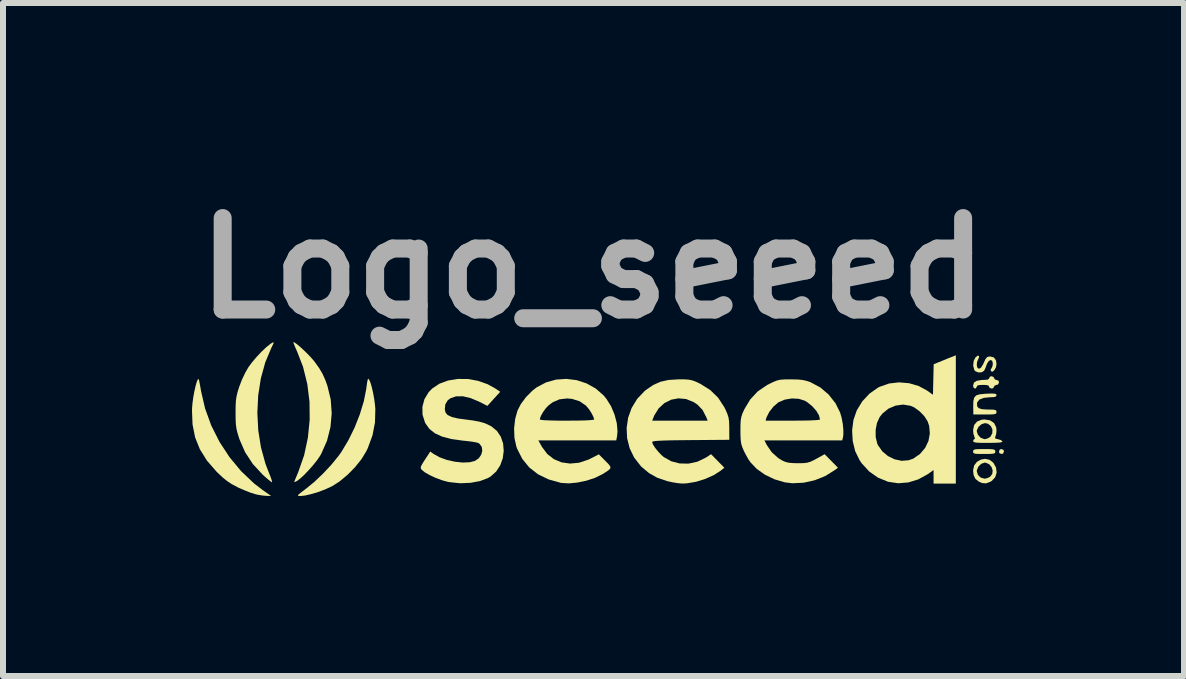
<source format=kicad_pcb>
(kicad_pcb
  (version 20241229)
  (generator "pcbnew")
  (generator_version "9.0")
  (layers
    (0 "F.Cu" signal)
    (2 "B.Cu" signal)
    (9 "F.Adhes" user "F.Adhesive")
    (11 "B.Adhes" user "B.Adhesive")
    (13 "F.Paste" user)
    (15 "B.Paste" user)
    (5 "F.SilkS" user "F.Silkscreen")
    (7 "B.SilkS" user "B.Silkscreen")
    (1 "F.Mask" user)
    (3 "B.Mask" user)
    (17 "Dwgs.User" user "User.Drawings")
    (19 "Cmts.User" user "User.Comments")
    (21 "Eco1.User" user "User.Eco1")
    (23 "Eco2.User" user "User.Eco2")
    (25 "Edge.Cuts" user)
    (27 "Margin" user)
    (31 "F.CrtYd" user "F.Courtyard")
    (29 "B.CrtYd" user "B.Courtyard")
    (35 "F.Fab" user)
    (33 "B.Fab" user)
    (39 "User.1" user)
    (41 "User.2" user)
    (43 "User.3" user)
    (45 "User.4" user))
  (footprint "Logo_seeed"
    (layer "F.Cu")
    (at 6.829 3.918)
    (property "Reference" "Logo_seeed" (at 0 -2.5 0) (layer "F.Fab") (effects (font (size 1.524 1.524) (thickness 0.3))))
    (attr board_only exclude_from_pos_files exclude_from_bom)
    (fp_poly (pts (xy 6.842 0.529) (xy 6.849 0.555) (xy 6.834 0.59) (xy 6.808 0.596) (xy 6.773 0.582) (xy 6.766 0.555) (xy 6.781 0.521) (xy 6.808 0.514)) (stroke (width 0) (type solid)) (fill yes) (layer "F.SilkS"))
    (fp_poly (pts (xy 6.608 0.515) (xy 6.662 0.518) (xy 6.691 0.526) (xy 6.703 0.539) (xy 6.705 0.555) (xy 6.702 0.575) (xy 6.687 0.587) (xy 6.653 0.593) (xy 6.593 0.596) (xy 6.52 0.596) (xy 6.432 0.596) (xy 6.377 0.593) (xy 6.348 0.585) (xy 6.336 0.572) (xy 6.335 0.555) (xy 6.338 0.536) (xy 6.352 0.524) (xy 6.386 0.517) (xy 6.447 0.515) (xy 6.52 0.514)) (stroke (width 0) (type solid)) (fill yes) (layer "F.SilkS"))
    (fp_poly (pts (xy 6.677 -0.686) (xy 6.684 -0.668) (xy 6.701 -0.643) (xy 6.725 -0.638) (xy 6.76 -0.623) (xy 6.766 -0.596) (xy 6.752 -0.562) (xy 6.725 -0.555) (xy 6.692 -0.542) (xy 6.684 -0.524) (xy 6.667 -0.499) (xy 6.643 -0.494) (xy 6.61 -0.506) (xy 6.602 -0.524) (xy 6.591 -0.544) (xy 6.553 -0.553) (xy 6.499 -0.555) (xy 6.434 -0.552) (xy 6.403 -0.541) (xy 6.396 -0.524) (xy 6.38 -0.497) (xy 6.365 -0.494) (xy 6.341 -0.511) (xy 6.335 -0.544) (xy 6.35 -0.594) (xy 6.398 -0.624) (xy 6.482 -0.637) (xy 6.508 -0.638) (xy 6.57 -0.641) (xy 6.598 -0.655) (xy 6.602 -0.668) (xy 6.619 -0.694) (xy 6.643 -0.699)) (stroke (width 0) (type solid)) (fill yes) (layer "F.SilkS"))
    (fp_poly (pts (xy 6.61 0.694) (xy 6.672 0.742) (xy 6.717 0.822) (xy 6.727 0.905) (xy 6.704 0.982) (xy 6.648 1.043) (xy 6.623 1.059) (xy 6.549 1.086) (xy 6.483 1.08) (xy 6.433 1.058) (xy 6.374 1.012) (xy 6.343 0.947) (xy 6.336 0.884) (xy 6.396 0.884) (xy 6.415 0.945) (xy 6.462 0.99) (xy 6.528 1.008) (xy 6.53 1.008) (xy 6.579 0.996) (xy 6.618 0.976) (xy 6.654 0.929) (xy 6.661 0.871) (xy 6.642 0.813) (xy 6.602 0.766) (xy 6.546 0.742) (xy 6.53 0.74) (xy 6.472 0.759) (xy 6.424 0.805) (xy 6.398 0.865) (xy 6.396 0.884) (xy 6.336 0.884) (xy 6.335 0.867) (xy 6.352 0.788) (xy 6.398 0.728) (xy 6.463 0.69) (xy 6.536 0.677)) (stroke (width 0) (type solid)) (fill yes) (layer "F.SilkS"))
    (fp_poly (pts (xy 6.693 -0.409) (xy 6.718 -0.401) (xy 6.725 -0.386) (xy 6.725 -0.383) (xy 6.717 -0.363) (xy 6.684 -0.352) (xy 6.62 -0.349) (xy 6.617 -0.349) (xy 6.513 -0.339) (xy 6.441 -0.311) (xy 6.404 -0.266) (xy 6.4 -0.25) (xy 6.402 -0.2) (xy 6.428 -0.167) (xy 6.483 -0.15) (xy 6.573 -0.144) (xy 6.584 -0.144) (xy 6.659 -0.143) (xy 6.701 -0.138) (xy 6.721 -0.126) (xy 6.725 -0.105) (xy 6.725 -0.103) (xy 6.722 -0.084) (xy 6.708 -0.072) (xy 6.676 -0.065) (xy 6.616 -0.062) (xy 6.532 -0.062) (xy 6.339 -0.062) (xy 6.337 -0.192) (xy 6.339 -0.283) (xy 6.353 -0.343) (xy 6.386 -0.379) (xy 6.445 -0.398) (xy 6.537 -0.407) (xy 6.559 -0.408) (xy 6.642 -0.411)) (stroke (width 0) (type solid)) (fill yes) (layer "F.SilkS"))
    (fp_poly (pts (xy -6.569 -0.653) (xy -6.562 -0.63) (xy -6.551 -0.575) (xy -6.537 -0.499) (xy -6.529 -0.451) (xy -6.462 -0.162) (xy -6.359 0.122) (xy -6.222 0.394) (xy -6.055 0.649) (xy -5.862 0.882) (xy -5.646 1.087) (xy -5.504 1.196) (xy -5.361 1.296) (xy -5.442 1.294) (xy -5.509 1.288) (xy -5.592 1.274) (xy -5.635 1.263) (xy -5.707 1.24) (xy -5.798 1.204) (xy -5.894 1.163) (xy -5.923 1.149) (xy -6.015 1.1) (xy -6.094 1.048) (xy -6.173 0.984) (xy -6.264 0.898) (xy -6.275 0.886) (xy -6.431 0.707) (xy -6.548 0.519) (xy -6.628 0.32) (xy -6.671 0.104) (xy -6.68 -0.132) (xy -6.679 -0.162) (xy -6.672 -0.25) (xy -6.659 -0.346) (xy -6.642 -0.44) (xy -6.623 -0.526) (xy -6.604 -0.595) (xy -6.586 -0.641) (xy -6.571 -0.654)) (stroke (width 0) (type solid)) (fill yes) (layer "F.SilkS"))
    (fp_poly (pts (xy -4.971 -1.261) (xy -4.929 -1.231) (xy -4.873 -1.184) (xy -4.809 -1.125) (xy -4.744 -1.061) (xy -4.686 -0.999) (xy -4.64 -0.945) (xy -4.639 -0.943) (xy -4.562 -0.836) (xy -4.506 -0.741) (xy -4.461 -0.642) (xy -4.423 -0.537) (xy -4.369 -0.314) (xy -4.352 -0.083) (xy -4.373 0.149) (xy -4.43 0.374) (xy -4.523 0.586) (xy -4.549 0.632) (xy -4.595 0.699) (xy -4.658 0.778) (xy -4.73 0.86) (xy -4.804 0.938) (xy -4.872 1.001) (xy -4.924 1.042) (xy -4.932 1.047) (xy -4.966 1.063) (xy -4.977 1.064) (xy -4.97 1.044) (xy -4.95 0.995) (xy -4.921 0.925) (xy -4.908 0.893) (xy -4.811 0.616) (xy -4.749 0.325) (xy -4.719 0.025) (xy -4.722 -0.275) (xy -4.759 -0.57) (xy -4.829 -0.853) (xy -4.926 -1.105) (xy -4.958 -1.177) (xy -4.981 -1.233) (xy -4.992 -1.264) (xy -4.992 -1.267)) (stroke (width 0) (type solid)) (fill yes) (layer "F.SilkS"))
    (fp_poly (pts (xy -3.726 -0.639) (xy -3.705 -0.588) (xy -3.683 -0.512) (xy -3.662 -0.42) (xy -3.644 -0.32) (xy -3.631 -0.221) (xy -3.625 -0.153) (xy -3.631 0.07) (xy -3.672 0.285) (xy -3.751 0.499) (xy -3.778 0.555) (xy -3.857 0.684) (xy -3.964 0.817) (xy -4.088 0.943) (xy -4.22 1.053) (xy -4.348 1.135) (xy -4.35 1.135) (xy -4.458 1.185) (xy -4.577 1.23) (xy -4.695 1.265) (xy -4.8 1.289) (xy -4.872 1.296) (xy -4.903 1.295) (xy -4.915 1.289) (xy -4.907 1.274) (xy -4.874 1.246) (xy -4.812 1.199) (xy -4.778 1.173) (xy -4.638 1.058) (xy -4.494 0.921) (xy -4.357 0.774) (xy -4.238 0.628) (xy -4.189 0.559) (xy -4.073 0.365) (xy -3.969 0.153) (xy -3.883 -0.066) (xy -3.817 -0.282) (xy -3.777 -0.484) (xy -3.771 -0.53) (xy -3.762 -0.596) (xy -3.752 -0.643) (xy -3.744 -0.658)) (stroke (width 0) (type solid)) (fill yes) (layer "F.SilkS"))
    (fp_poly (pts (xy 6.432 -1.039) (xy 6.433 -1.011) (xy 6.421 -0.987) (xy 6.4 -0.934) (xy 6.396 -0.88) (xy 6.408 -0.838) (xy 6.433 -0.823) (xy 6.467 -0.842) (xy 6.503 -0.901) (xy 6.514 -0.926) (xy 6.542 -0.986) (xy 6.567 -1.017) (xy 6.598 -1.027) (xy 6.62 -1.028) (xy 6.681 -1.012) (xy 6.716 -0.963) (xy 6.725 -0.901) (xy 6.716 -0.85) (xy 6.693 -0.806) (xy 6.665 -0.778) (xy 6.639 -0.778) (xy 6.637 -0.78) (xy 6.626 -0.808) (xy 6.639 -0.827) (xy 6.657 -0.865) (xy 6.664 -0.909) (xy 6.653 -0.956) (xy 6.628 -0.97) (xy 6.597 -0.954) (xy 6.567 -0.909) (xy 6.56 -0.89) (xy 6.539 -0.833) (xy 6.518 -0.791) (xy 6.514 -0.787) (xy 6.474 -0.764) (xy 6.42 -0.763) (xy 6.372 -0.783) (xy 6.356 -0.801) (xy 6.336 -0.876) (xy 6.345 -0.956) (xy 6.374 -1.011) (xy 6.409 -1.041)) (stroke (width 0) (type solid)) (fill yes) (layer "F.SilkS"))
    (fp_poly (pts (xy -5.319 -1.257) (xy -5.332 -1.224) (xy -5.358 -1.172) (xy -5.46 -0.928) (xy -5.533 -0.662) (xy -5.577 -0.38) (xy -5.591 -0.09) (xy -5.576 0.201) (xy -5.531 0.486) (xy -5.456 0.759) (xy -5.402 0.9) (xy -5.372 0.974) (xy -5.352 1.032) (xy -5.345 1.065) (xy -5.346 1.069) (xy -5.367 1.056) (xy -5.411 1.021) (xy -5.469 0.971) (xy -5.502 0.941) (xy -5.666 0.764) (xy -5.796 0.565) (xy -5.891 0.347) (xy -5.894 0.336) (xy -5.921 0.25) (xy -5.939 0.176) (xy -5.949 0.101) (xy -5.953 0.012) (xy -5.954 -0.093) (xy -5.953 -0.207) (xy -5.948 -0.294) (xy -5.937 -0.368) (xy -5.919 -0.442) (xy -5.894 -0.521) (xy -5.849 -0.639) (xy -5.792 -0.759) (xy -5.739 -0.851) (xy -5.679 -0.932) (xy -5.603 -1.021) (xy -5.522 -1.108) (xy -5.442 -1.183) (xy -5.373 -1.238) (xy -5.345 -1.256) (xy -5.324 -1.265)) (stroke (width 0) (type solid)) (fill yes) (layer "F.SilkS"))
    (fp_poly (pts (xy 6.618 0.036) (xy 6.684 0.081) (xy 6.719 0.15) (xy 6.725 0.2) (xy 6.72 0.259) (xy 6.707 0.304) (xy 6.705 0.309) (xy 6.699 0.331) (xy 6.725 0.345) (xy 6.75 0.35) (xy 6.797 0.364) (xy 6.823 0.385) (xy 6.823 0.386) (xy 6.817 0.397) (xy 6.786 0.405) (xy 6.726 0.409) (xy 6.632 0.411) (xy 6.583 0.411) (xy 6.476 0.411) (xy 6.404 0.408) (xy 6.361 0.402) (xy 6.34 0.393) (xy 6.335 0.38) (xy 6.346 0.353) (xy 6.356 0.35) (xy 6.367 0.337) (xy 6.356 0.31) (xy 6.341 0.262) (xy 6.336 0.217) (xy 6.396 0.217) (xy 6.415 0.277) (xy 6.461 0.326) (xy 6.521 0.349) (xy 6.53 0.35) (xy 6.583 0.335) (xy 6.623 0.309) (xy 6.655 0.251) (xy 6.657 0.189) (xy 6.631 0.132) (xy 6.583 0.093) (xy 6.534 0.082) (xy 6.475 0.1) (xy 6.425 0.144) (xy 6.398 0.2) (xy 6.396 0.217) (xy 6.336 0.217) (xy 6.335 0.2) (xy 6.335 0.196) (xy 6.352 0.114) (xy 6.401 0.056) (xy 6.478 0.025) (xy 6.526 0.021)) (stroke (width 0) (type solid)) (fill yes) (layer "F.SilkS"))
    (fp_poly (pts (xy 6.047 1.09) (xy 5.676 1.09) (xy 5.676 0.864) (xy 5.579 0.933) (xy 5.423 1.019) (xy 5.258 1.07) (xy 5.088 1.084) (xy 4.923 1.06) (xy 4.917 1.059) (xy 4.751 0.991) (xy 4.604 0.888) (xy 4.479 0.752) (xy 4.443 0.699) (xy 4.37 0.549) (xy 4.329 0.381) (xy 4.319 0.205) (xy 4.32 0.196) (xy 4.711 0.196) (xy 4.712 0.315) (xy 4.737 0.421) (xy 4.748 0.447) (xy 4.821 0.551) (xy 4.916 0.631) (xy 5.027 0.685) (xy 5.144 0.71) (xy 5.26 0.701) (xy 5.337 0.674) (xy 5.449 0.597) (xy 5.535 0.496) (xy 5.591 0.38) (xy 5.614 0.255) (xy 5.603 0.128) (xy 5.576 0.051) (xy 5.522 -0.034) (xy 5.443 -0.115) (xy 5.355 -0.179) (xy 5.296 -0.206) (xy 5.17 -0.227) (xy 5.044 -0.21) (xy 4.926 -0.16) (xy 4.825 -0.078) (xy 4.777 -0.017) (xy 4.733 0.08) (xy 4.711 0.196) (xy 4.32 0.196) (xy 4.341 0.031) (xy 4.396 -0.129) (xy 4.488 -0.28) (xy 4.608 -0.409) (xy 4.75 -0.509) (xy 4.78 -0.524) (xy 4.934 -0.578) (xy 5.1 -0.597) (xy 5.268 -0.583) (xy 5.429 -0.536) (xy 5.569 -0.46) (xy 5.666 -0.391) (xy 5.672 -0.645) (xy 5.678 -0.899) (xy 5.754 -0.93) (xy 5.819 -0.956) (xy 5.898 -0.989) (xy 5.939 -1.005) (xy 6.047 -1.048)) (stroke (width 0) (type solid)) (fill yes) (layer "F.SilkS"))
    (fp_poly (pts (xy -0.271 -0.634) (xy -0.106 -0.58) (xy 0.046 -0.495) (xy 0.178 -0.38) (xy 0.226 -0.321) (xy 0.303 -0.198) (xy 0.361 -0.059) (xy 0.398 0.083) (xy 0.41 0.217) (xy 0.403 0.297) (xy 0.389 0.37) (xy -0.909 0.37) (xy -0.849 0.478) (xy -0.761 0.596) (xy -0.651 0.682) (xy -0.522 0.736) (xy -0.38 0.756) (xy -0.23 0.742) (xy -0.077 0.691) (xy -0.039 0.673) (xy 0.099 0.602) (xy 0.208 0.712) (xy 0.262 0.767) (xy 0.29 0.805) (xy 0.292 0.835) (xy 0.265 0.864) (xy 0.207 0.903) (xy 0.153 0.936) (xy 0.033 0.995) (xy -0.108 1.041) (xy -0.256 1.072) (xy -0.398 1.086) (xy -0.522 1.079) (xy -0.535 1.077) (xy -0.738 1.02) (xy -0.914 0.935) (xy -1.06 0.821) (xy -1.176 0.679) (xy -1.262 0.51) (xy -1.276 0.471) (xy -1.307 0.329) (xy -1.313 0.171) (xy -1.296 0.02) (xy -0.884 0.02) (xy -0.864 0.028) (xy -0.803 0.034) (xy -0.701 0.038) (xy -0.56 0.041) (xy -0.432 0.041) (xy -0.262 0.04) (xy -0.131 0.037) (xy -0.04 0.032) (xy 0.01 0.026) (xy 0.021 0.02) (xy 0.008 -0.023) (xy -0.023 -0.084) (xy -0.064 -0.148) (xy -0.108 -0.201) (xy -0.116 -0.21) (xy -0.223 -0.283) (xy -0.349 -0.322) (xy -0.432 -0.329) (xy -0.558 -0.314) (xy -0.668 -0.266) (xy -0.736 -0.216) (xy -0.784 -0.167) (xy -0.83 -0.103) (xy -0.866 -0.039) (xy -0.884 0.012) (xy -0.884 0.02) (xy -1.296 0.02) (xy -1.295 0.011) (xy -1.256 -0.128) (xy -1.199 -0.238) (xy -1.114 -0.352) (xy -1.012 -0.455) (xy -0.937 -0.514) (xy -0.782 -0.596) (xy -0.615 -0.643) (xy -0.443 -0.655)) (stroke (width 0) (type solid)) (fill yes) (layer "F.SilkS"))
    (fp_poly (pts (xy 1.527 -0.647) (xy 1.597 -0.642) (xy 1.653 -0.631) (xy 1.709 -0.611) (xy 1.779 -0.578) (xy 1.792 -0.571) (xy 1.954 -0.47) (xy 2.086 -0.342) (xy 2.189 -0.184) (xy 2.207 -0.149) (xy 2.239 -0.075) (xy 2.259 -0.013) (xy 2.269 0.053) (xy 2.272 0.139) (xy 2.272 0.175) (xy 2.273 0.36) (xy 1.63 0.365) (xy 1.445 0.367) (xy 1.297 0.369) (xy 1.183 0.372) (xy 1.099 0.376) (xy 1.042 0.38) (xy 1.006 0.386) (xy 0.99 0.393) (xy 0.987 0.398) (xy 1.001 0.438) (xy 1.037 0.494) (xy 1.087 0.556) (xy 1.143 0.615) (xy 1.181 0.648) (xy 1.306 0.718) (xy 1.445 0.754) (xy 1.593 0.757) (xy 1.74 0.725) (xy 1.878 0.659) (xy 1.891 0.651) (xy 1.969 0.6) (xy 2.19 0.825) (xy 2.13 0.874) (xy 2.015 0.948) (xy 1.874 1.011) (xy 1.721 1.059) (xy 1.57 1.085) (xy 1.491 1.089) (xy 1.418 1.083) (xy 1.326 1.068) (xy 1.236 1.048) (xy 1.072 0.992) (xy 0.935 0.915) (xy 0.81 0.81) (xy 0.799 0.799) (xy 0.688 0.657) (xy 0.612 0.5) (xy 0.57 0.333) (xy 0.562 0.161) (xy 0.58 0.041) (xy 0.988 0.041) (xy 1.912 0.041) (xy 1.89 -0.015) (xy 1.828 -0.136) (xy 1.741 -0.227) (xy 1.679 -0.268) (xy 1.554 -0.319) (xy 1.426 -0.331) (xy 1.303 -0.308) (xy 1.191 -0.251) (xy 1.096 -0.164) (xy 1.023 -0.047) (xy 1.01 -0.015) (xy 0.988 0.041) (xy 0.58 0.041) (xy 0.587 -0.009) (xy 0.646 -0.171) (xy 0.737 -0.321) (xy 0.86 -0.451) (xy 0.886 -0.472) (xy 1.004 -0.553) (xy 1.125 -0.607) (xy 1.259 -0.637) (xy 1.419 -0.647) (xy 1.43 -0.647)) (stroke (width 0) (type solid)) (fill yes) (layer "F.SilkS"))
    (fp_poly (pts (xy -2.084 -0.653) (xy -1.916 -0.623) (xy -1.754 -0.566) (xy -1.631 -0.498) (xy -1.544 -0.44) (xy -1.651 -0.323) (xy -1.758 -0.205) (xy -1.897 -0.276) (xy -2.038 -0.335) (xy -2.167 -0.365) (xy -2.28 -0.364) (xy -2.374 -0.332) (xy -2.419 -0.298) (xy -2.459 -0.231) (xy -2.468 -0.15) (xy -2.455 -0.093) (xy -2.421 -0.053) (xy -2.353 -0.02) (xy -2.247 0.005) (xy -2.135 0.02) (xy -1.997 0.038) (xy -1.89 0.058) (xy -1.803 0.083) (xy -1.726 0.118) (xy -1.692 0.136) (xy -1.599 0.212) (xy -1.534 0.31) (xy -1.496 0.423) (xy -1.486 0.545) (xy -1.502 0.668) (xy -1.544 0.785) (xy -1.612 0.889) (xy -1.705 0.972) (xy -1.748 0.997) (xy -1.882 1.048) (xy -2.041 1.077) (xy -2.212 1.084) (xy -2.385 1.066) (xy -2.427 1.058) (xy -2.52 1.032) (xy -2.621 0.994) (xy -2.717 0.949) (xy -2.797 0.904) (xy -2.849 0.863) (xy -2.85 0.862) (xy -2.866 0.84) (xy -2.869 0.817) (xy -2.856 0.784) (xy -2.824 0.73) (xy -2.798 0.69) (xy -2.71 0.556) (xy -2.654 0.596) (xy -2.553 0.652) (xy -2.431 0.696) (xy -2.3 0.725) (xy -2.17 0.739) (xy -2.053 0.734) (xy -1.969 0.713) (xy -1.903 0.669) (xy -1.861 0.609) (xy -1.843 0.541) (xy -1.852 0.477) (xy -1.89 0.426) (xy -1.907 0.414) (xy -1.943 0.404) (xy -2.009 0.392) (xy -2.096 0.381) (xy -2.173 0.373) (xy -2.361 0.347) (xy -2.512 0.307) (xy -2.632 0.252) (xy -2.723 0.18) (xy -2.789 0.088) (xy -2.798 0.07) (xy -2.839 -0.059) (xy -2.841 -0.19) (xy -2.807 -0.317) (xy -2.737 -0.433) (xy -2.678 -0.494) (xy -2.557 -0.575) (xy -2.412 -0.628) (xy -2.252 -0.654)) (stroke (width 0) (type solid)) (fill yes) (layer "F.SilkS"))
    (fp_poly (pts (xy 3.3 -0.647) (xy 3.41 -0.645) (xy 3.493 -0.637) (xy 3.563 -0.621) (xy 3.625 -0.6) (xy 3.788 -0.513) (xy 3.928 -0.394) (xy 4.042 -0.249) (xy 4.118 -0.097) (xy 4.144 -0.009) (xy 4.163 0.093) (xy 4.173 0.194) (xy 4.173 0.28) (xy 4.167 0.317) (xy 4.154 0.37) (xy 2.858 0.37) (xy 2.899 0.45) (xy 2.979 0.566) (xy 3.088 0.664) (xy 3.154 0.705) (xy 3.209 0.729) (xy 3.269 0.743) (xy 3.347 0.749) (xy 3.414 0.75) (xy 3.504 0.749) (xy 3.568 0.742) (xy 3.623 0.726) (xy 3.685 0.697) (xy 3.725 0.675) (xy 3.861 0.6) (xy 3.972 0.712) (xy 4.083 0.825) (xy 4.031 0.864) (xy 3.873 0.963) (xy 3.696 1.034) (xy 3.51 1.075) (xy 3.325 1.084) (xy 3.198 1.069) (xy 3.028 1.019) (xy 2.869 0.943) (xy 2.731 0.846) (xy 2.625 0.735) (xy 2.587 0.679) (xy 2.545 0.603) (xy 2.515 0.544) (xy 2.489 0.483) (xy 2.472 0.428) (xy 2.463 0.368) (xy 2.459 0.289) (xy 2.458 0.206) (xy 2.459 0.105) (xy 2.463 0.041) (xy 2.877 0.041) (xy 3.33 0.041) (xy 3.475 0.04) (xy 3.597 0.038) (xy 3.692 0.034) (xy 3.755 0.029) (xy 3.783 0.023) (xy 3.784 0.022) (xy 3.767 -0.047) (xy 3.721 -0.125) (xy 3.653 -0.201) (xy 3.572 -0.266) (xy 3.529 -0.292) (xy 3.43 -0.323) (xy 3.315 -0.329) (xy 3.199 -0.31) (xy 3.098 -0.268) (xy 3.088 -0.262) (xy 3.008 -0.193) (xy 2.939 -0.105) (xy 2.893 -0.015) (xy 2.89 -0.005) (xy 2.877 0.041) (xy 2.463 0.041) (xy 2.463 0.033) (xy 2.474 -0.025) (xy 2.492 -0.08) (xy 2.522 -0.145) (xy 2.523 -0.149) (xy 2.622 -0.313) (xy 2.747 -0.447) (xy 2.903 -0.553) (xy 2.938 -0.571) (xy 3.012 -0.606) (xy 3.069 -0.629) (xy 3.124 -0.641) (xy 3.191 -0.646) (xy 3.283 -0.647)) (stroke (width 0) (type solid)) (fill yes) (layer "F.SilkS")))
  (gr_rect
    (start -3 -3)
    (end 16.678 8.214)
    (stroke (width 0.1) (type default))
    (fill no)
    (layer "Edge.Cuts")))
</source>
